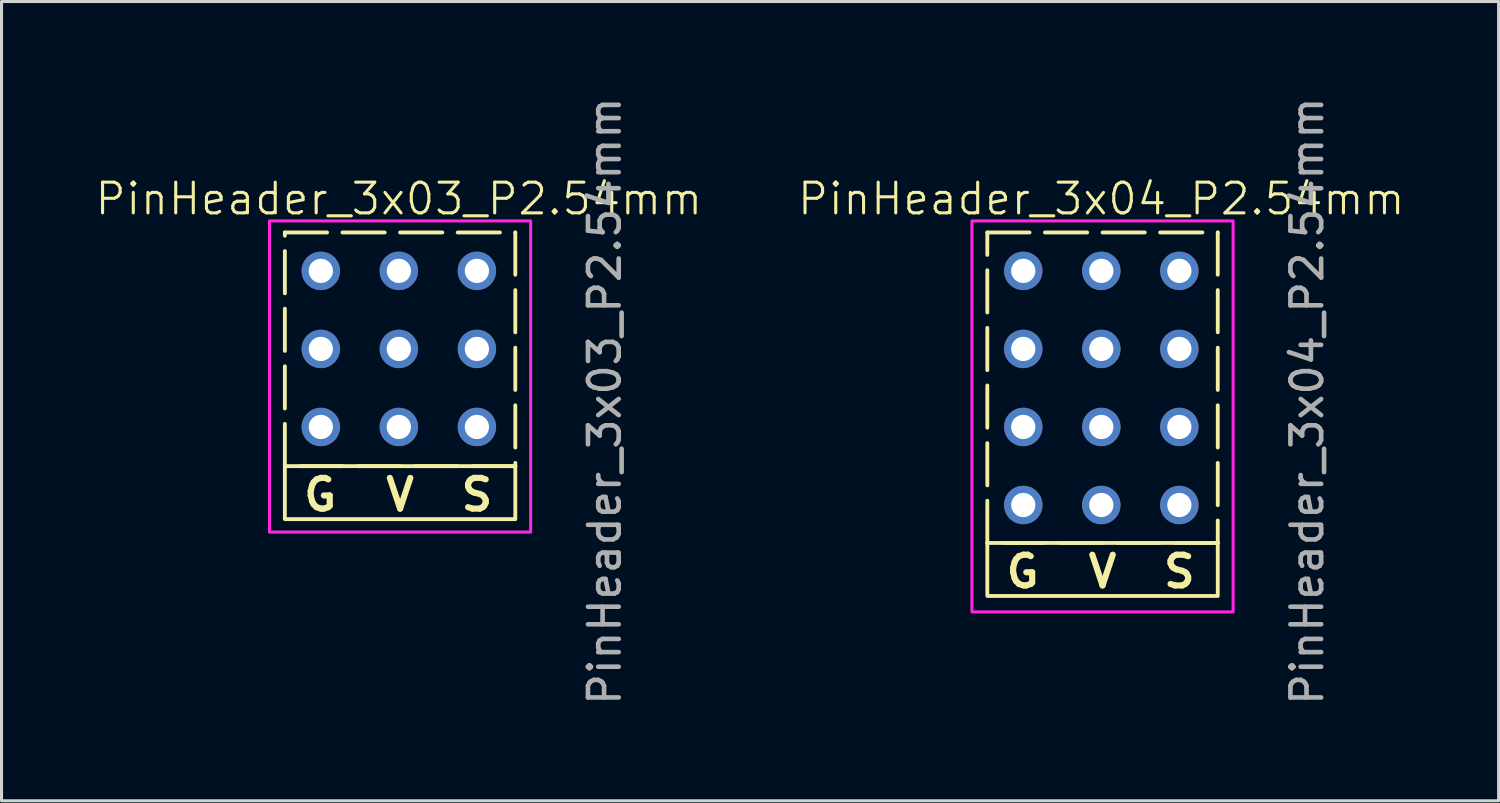
<source format=kicad_pcb>
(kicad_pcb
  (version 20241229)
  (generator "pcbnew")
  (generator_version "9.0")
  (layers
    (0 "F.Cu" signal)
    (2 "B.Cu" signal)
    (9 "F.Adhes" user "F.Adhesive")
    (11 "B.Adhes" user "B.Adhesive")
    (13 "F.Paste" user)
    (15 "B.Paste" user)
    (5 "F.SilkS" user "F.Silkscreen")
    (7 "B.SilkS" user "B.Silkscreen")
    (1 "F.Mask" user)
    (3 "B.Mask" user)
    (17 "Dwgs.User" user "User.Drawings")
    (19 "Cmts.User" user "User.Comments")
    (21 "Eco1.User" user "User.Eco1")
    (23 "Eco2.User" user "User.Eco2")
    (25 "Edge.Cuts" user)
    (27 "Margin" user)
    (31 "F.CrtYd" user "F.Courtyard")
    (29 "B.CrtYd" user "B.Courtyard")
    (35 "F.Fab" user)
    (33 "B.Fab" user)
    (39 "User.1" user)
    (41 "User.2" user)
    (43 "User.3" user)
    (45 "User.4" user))
  (footprint "PinHeader_3x03_P2.54mm"
    (layer "F.Cu")
    (at 9.931 8.306)
    (property "Reference" "PinHeader_3x03_P2.54mm" (at 0 -4.3 0) (unlocked yes) (layer "F.SilkS") (effects (font (size 1 1) (thickness 0.1)) (justify bottom)))
    (attr through_hole)
    (fp_rect (start -3.71 -3.79) (end 3.79 3.815) (stroke (width 0.125) (type dash)) (fill no) (layer "F.SilkS"))
    (fp_rect (start -3.71 3.815) (end 3.79 5.54) (stroke (width 0.125) (type solid)) (fill no) (layer "F.SilkS"))
    (fp_rect (start -4.21 -4.165) (end 4.29 5.96) (stroke (width 0.1) (type default)) (fill no) (layer "F.CrtYd"))
    (fp_text user "S" (at 2.54 4.16 0) (unlocked yes) (layer "F.SilkS") (effects (font (size 1 1) (thickness 0.2) (bold yes)) (justify top)))
    (fp_text user "V" (at 0.04 4.16 0) (unlocked yes) (layer "F.SilkS") (effects (font (size 1 1) (thickness 0.2) (bold yes)) (justify top)))
    (fp_text user "G" (at -2.56 4.16 0) (unlocked yes) (layer "F.SilkS") (effects (font (size 1 1) (thickness 0.2) (bold yes)) (justify top)))
    (fp_text user "${REFERENCE}" (at 6.7 1.7 90) (unlocked yes) (layer "F.Fab") (effects (font (size 1 1) (thickness 0.15))))
    (pad "1" thru_hole circle (at 2.54 -2.54 270) (size 1.25 1.25) (drill 0.79) (layers "*.Cu" "*.Mask"))
    (pad "2" thru_hole circle (at 2.54 0 270) (size 1.25 1.25) (drill 0.79) (layers "*.Cu" "*.Mask"))
    (pad "3" thru_hole circle (at 2.54 2.54 270) (size 1.25 1.25) (drill 0.79) (layers "*.Cu" "*.Mask"))
    (pad "G" thru_hole circle (at -2.54 -2.54 270) (size 1.25 1.25) (drill 0.79) (layers "*.Cu" "*.Mask"))
    (pad "G" thru_hole circle (at -2.54 0 270) (size 1.25 1.25) (drill 0.79) (layers "*.Cu" "*.Mask"))
    (pad "G" thru_hole circle (at -2.54 2.54 270) (size 1.25 1.25) (drill 0.79) (layers "*.Cu" "*.Mask"))
    (pad "V" thru_hole circle (at 0 -2.54 270) (size 1.25 1.25) (drill 0.79) (layers "*.Cu" "*.Mask"))
    (pad "V" thru_hole circle (at 0 0 270) (size 1.25 1.25) (drill 0.79) (layers "*.Cu" "*.Mask"))
    (pad "V" thru_hole circle (at 0 2.54 270) (size 1.25 1.25) (drill 0.79) (layers "*.Cu" "*.Mask")))
  (footprint "PinHeader_3x04_P2.54mm"
    (layer "F.Cu")
    (at 32.793 8.306)
    (property "Reference" "PinHeader_3x04_P2.54mm" (at 0 -4.3 0) (unlocked yes) (layer "F.SilkS") (effects (font (size 1 1) (thickness 0.1)) (justify bottom)))
    (attr through_hole)
    (fp_rect (start -3.71 -3.79) (end 3.79 6.315) (stroke (width 0.125) (type dash)) (fill no) (layer "F.SilkS"))
    (fp_rect (start -3.71 6.315) (end 3.79 8.04) (stroke (width 0.125) (type solid)) (fill no) (layer "F.SilkS"))
    (fp_rect (start -4.21 -4.165) (end 4.29 8.56) (stroke (width 0.1) (type default)) (fill no) (layer "F.CrtYd"))
    (fp_text user "S" (at 2.54 6.66 0) (unlocked yes) (layer "F.SilkS") (effects (font (size 1 1) (thickness 0.2) (bold yes)) (justify top)))
    (fp_text user "V" (at 0.04 6.66 0) (unlocked yes) (layer "F.SilkS") (effects (font (size 1 1) (thickness 0.2) (bold yes)) (justify top)))
    (fp_text user "G" (at -2.56 6.66 0) (unlocked yes) (layer "F.SilkS") (effects (font (size 1 1) (thickness 0.2) (bold yes)) (justify top)))
    (fp_text user "${REFERENCE}" (at 6.7 1.7 90) (unlocked yes) (layer "F.Fab") (effects (font (size 1 1) (thickness 0.15))))
    (pad "1" thru_hole circle (at 2.54 -2.54 270) (size 1.25 1.25) (drill 0.79) (layers "*.Cu" "*.Mask"))
    (pad "2" thru_hole circle (at 2.54 0 270) (size 1.25 1.25) (drill 0.79) (layers "*.Cu" "*.Mask"))
    (pad "3" thru_hole circle (at 2.54 2.54 270) (size 1.25 1.25) (drill 0.79) (layers "*.Cu" "*.Mask"))
    (pad "4" thru_hole circle (at 2.54 5.08 270) (size 1.25 1.25) (drill 0.79) (layers "*.Cu" "*.Mask"))
    (pad "G" thru_hole circle (at -2.54 -2.54 270) (size 1.25 1.25) (drill 0.79) (layers "*.Cu" "*.Mask"))
    (pad "G" thru_hole circle (at -2.54 0 270) (size 1.25 1.25) (drill 0.79) (layers "*.Cu" "*.Mask"))
    (pad "G" thru_hole circle (at -2.54 2.54 270) (size 1.25 1.25) (drill 0.79) (layers "*.Cu" "*.Mask"))
    (pad "G" thru_hole circle (at -2.54 5.08 270) (size 1.25 1.25) (drill 0.79) (layers "*.Cu" "*.Mask"))
    (pad "V" thru_hole circle (at 0 -2.54 270) (size 1.25 1.25) (drill 0.79) (layers "*.Cu" "*.Mask"))
    (pad "V" thru_hole circle (at 0 0 270) (size 1.25 1.25) (drill 0.79) (layers "*.Cu" "*.Mask"))
    (pad "V" thru_hole circle (at 0 2.54 270) (size 1.25 1.25) (drill 0.79) (layers "*.Cu" "*.Mask"))
    (pad "V" thru_hole circle (at 0 5.08 270) (size 1.25 1.25) (drill 0.79) (layers "*.Cu" "*.Mask")))
  (gr_rect
    (start -3 -3)
    (end 45.724 23.012)
    (stroke (width 0.1) (type default))
    (fill no)
    (layer "Edge.Cuts")))
</source>
